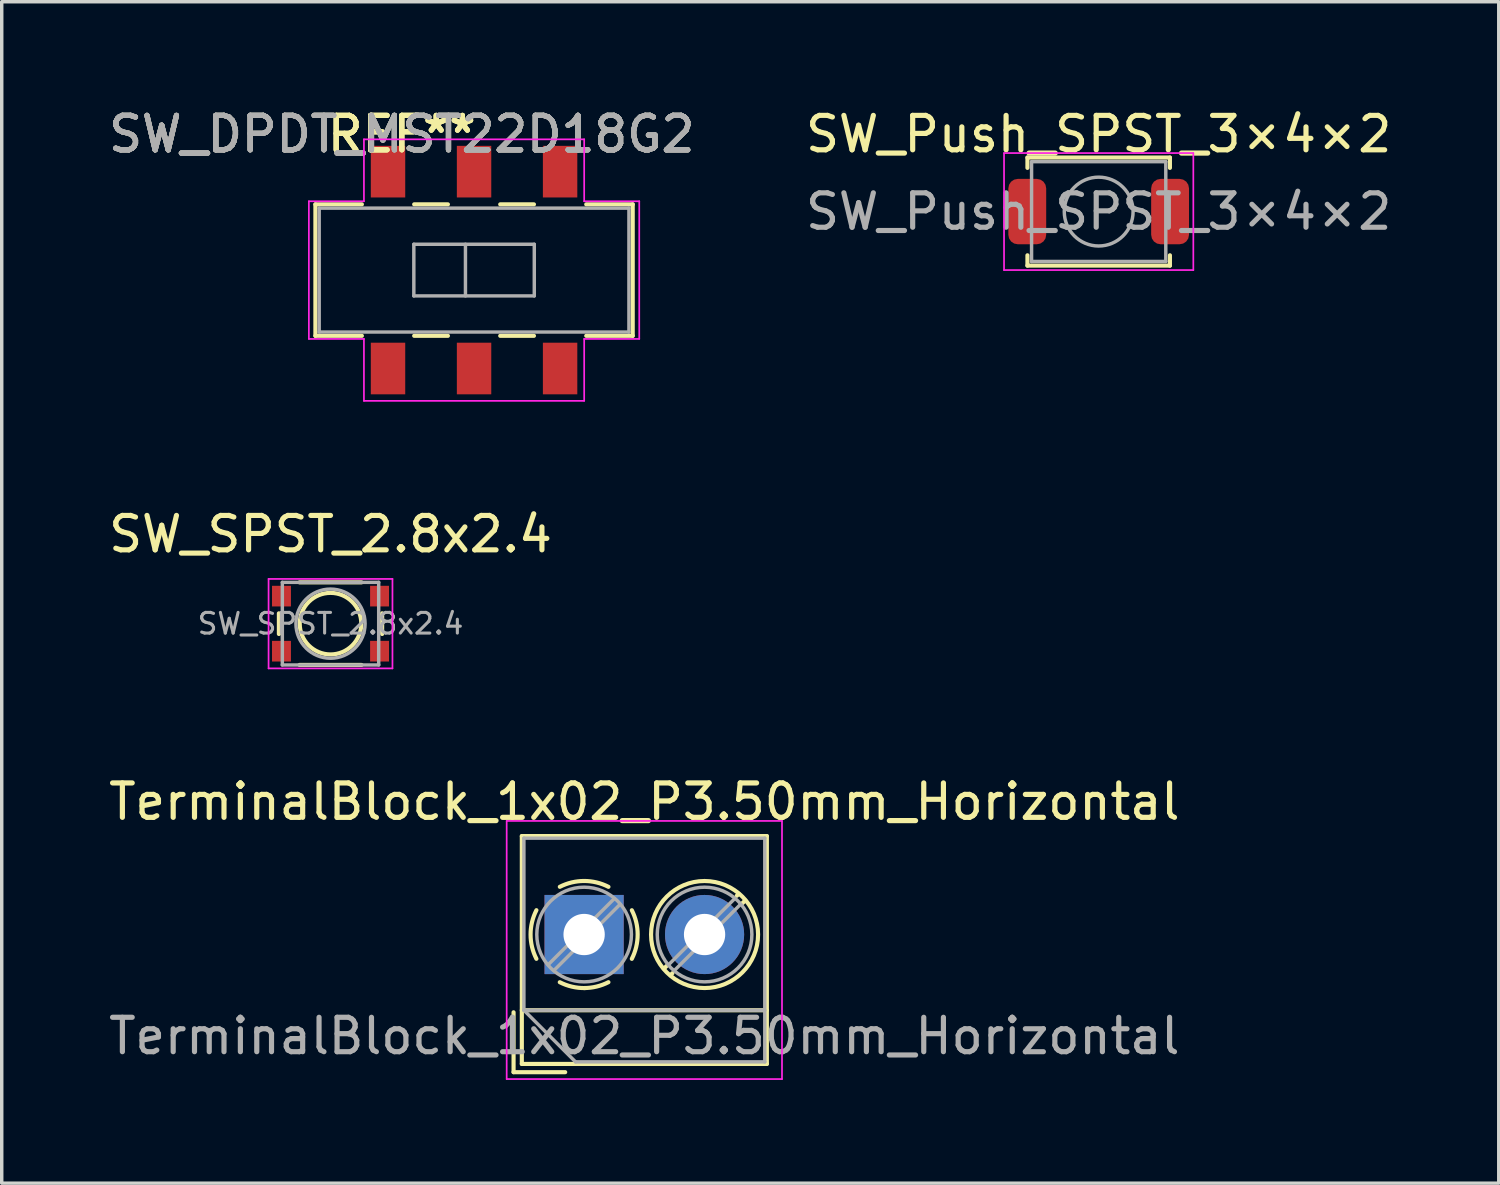
<source format=kicad_pcb>
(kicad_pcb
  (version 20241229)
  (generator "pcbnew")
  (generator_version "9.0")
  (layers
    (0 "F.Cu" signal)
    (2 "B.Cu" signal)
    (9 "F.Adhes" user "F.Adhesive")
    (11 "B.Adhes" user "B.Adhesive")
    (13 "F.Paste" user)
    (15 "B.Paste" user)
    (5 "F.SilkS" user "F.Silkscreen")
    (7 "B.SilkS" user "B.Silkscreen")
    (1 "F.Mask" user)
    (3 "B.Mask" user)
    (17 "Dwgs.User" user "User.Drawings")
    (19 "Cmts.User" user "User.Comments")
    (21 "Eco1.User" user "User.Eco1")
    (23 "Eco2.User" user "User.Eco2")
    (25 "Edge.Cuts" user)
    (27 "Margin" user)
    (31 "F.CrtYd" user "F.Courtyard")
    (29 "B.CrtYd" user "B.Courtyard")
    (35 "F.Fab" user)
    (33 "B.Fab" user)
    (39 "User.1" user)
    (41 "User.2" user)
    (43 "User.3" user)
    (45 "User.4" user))
  (footprint "SW_Push_SPST_3×4×2"
    (layer "F.Cu")
    (at 28.875 3.098)
    (property "Reference" "SW_Push_SPST_3×4×2" (at 0 -2.25 0) (layer "F.SilkS") (effects (font (size 1 1) (thickness 0.15))))
    (attr smd)
    (fp_line (start -2.07 -1.57) (end 2.07 -1.57) (stroke (width 0.12) (type solid)) (layer "F.SilkS"))
    (fp_line (start -2.07 -1.27) (end -2.07 -1.57) (stroke (width 0.12) (type solid)) (layer "F.SilkS"))
    (fp_line (start -2.07 1.57) (end -2.07 1.27) (stroke (width 0.12) (type solid)) (layer "F.SilkS"))
    (fp_line (start 2.07 -1.57) (end 2.07 -1.27) (stroke (width 0.12) (type solid)) (layer "F.SilkS"))
    (fp_line (start 2.07 1.27) (end 2.07 1.57) (stroke (width 0.12) (type solid)) (layer "F.SilkS"))
    (fp_line (start 2.07 1.57) (end -2.07 1.57) (stroke (width 0.12) (type solid)) (layer "F.SilkS"))
    (fp_line (start -2.75 -1.7) (end 2.75 -1.7) (stroke (width 0.05) (type solid)) (layer "F.CrtYd"))
    (fp_line (start -2.75 1.7) (end -2.75 -1.7) (stroke (width 0.05) (type solid)) (layer "F.CrtYd"))
    (fp_line (start 2.75 -1.7) (end 2.75 1.7) (stroke (width 0.05) (type solid)) (layer "F.CrtYd"))
    (fp_line (start 2.75 1.7) (end -2.75 1.7) (stroke (width 0.05) (type solid)) (layer "F.CrtYd"))
    (fp_line (start -1.95 -1.45) (end 1.95 -1.45) (stroke (width 0.1) (type solid)) (layer "F.Fab"))
    (fp_line (start -1.95 1.45) (end -1.95 -1.45) (stroke (width 0.1) (type solid)) (layer "F.Fab"))
    (fp_line (start 1.95 -1.45) (end 1.95 1.45) (stroke (width 0.1) (type solid)) (layer "F.Fab"))
    (fp_line (start 1.95 1.45) (end -1.95 1.45) (stroke (width 0.1) (type solid)) (layer "F.Fab"))
    (fp_circle (center 0 0) (end 1 0) (stroke (width 0.1) (type solid)) (fill no) (layer "F.Fab"))
    (fp_text user "${REFERENCE}" (at 0 0 0) (layer "F.Fab") (effects (font (size 1 1) (thickness 0.15))))
    (pad "1" smd roundrect (at -2.075 0) (size 1.1 1.9) (layers "F.Cu" "F.Mask" "F.Paste") (roundrect_rratio 0.25))
    (pad "2" smd roundrect (at 2.075 0) (size 1.1 1.9) (layers "F.Cu" "F.Mask" "F.Paste") (roundrect_rratio 0.25)))
  (footprint "SW_SPST_2.8x2.4"
    (layer "F.Cu")
    (at 6.554 15.072)
    (property "Reference" "SW_SPST_2.8x2.4" (at 0 -2.6 0) (layer "F.SilkS") (effects (font (size 1 1) (thickness 0.15))))
    (attr smd)
    (fp_line (start -1.5 -0.3) (end -1.5 0.3) (stroke (width 0.12) (type solid)) (layer "F.SilkS"))
    (fp_line (start -0.9 -1.2) (end 0.9 -1.2) (stroke (width 0.12) (type solid)) (layer "F.SilkS"))
    (fp_line (start -0.9 1.2) (end 0.9 1.2) (stroke (width 0.12) (type solid)) (layer "F.SilkS"))
    (fp_line (start 1.5 -0.3) (end 1.5 0.3) (stroke (width 0.12) (type solid)) (layer "F.SilkS"))
    (fp_circle (center 0 0) (end 0.8 -0.4) (stroke (width 0.12) (type solid)) (fill no) (layer "F.SilkS"))
    (fp_line (start -1.8 -1.3) (end -1.8 1.3) (stroke (width 0.05) (type solid)) (layer "F.CrtYd"))
    (fp_line (start -1.8 -1.3) (end 1.8 -1.3) (stroke (width 0.05) (type solid)) (layer "F.CrtYd"))
    (fp_line (start -1.8 1.3) (end 1.8 1.3) (stroke (width 0.05) (type solid)) (layer "F.CrtYd"))
    (fp_line (start 1.8 -1.3) (end 1.8 1.3) (stroke (width 0.05) (type solid)) (layer "F.CrtYd"))
    (fp_line (start -1.4 1.2) (end -1.4 -1.2) (stroke (width 0.1) (type solid)) (layer "F.Fab"))
    (fp_line (start 1.4 -1.2) (end -1.4 -1.2) (stroke (width 0.1) (type solid)) (layer "F.Fab"))
    (fp_line (start 1.4 1.2) (end -1.4 1.2) (stroke (width 0.1) (type solid)) (layer "F.Fab"))
    (fp_line (start 1.4 1.2) (end 1.4 -1.2) (stroke (width 0.1) (type solid)) (layer "F.Fab"))
    (fp_circle (center 0 0) (end 1.005 0) (stroke (width 0.1) (type solid)) (fill no) (layer "F.Fab"))
    (fp_text user "${REFERENCE}" (at 0 0 0) (layer "F.Fab") (effects (font (size 0.6 0.6) (thickness 0.09))))
    (pad "1" smd rect (at -1.425 -0.8) (size 0.55 0.6) (layers "F.Cu" "F.Mask" "F.Paste"))
    (pad "1" smd rect (at 1.425 -0.8) (size 0.55 0.6) (layers "F.Cu" "F.Mask" "F.Paste"))
    (pad "2" smd rect (at -1.425 0.8) (size 0.55 0.6) (layers "F.Cu" "F.Mask" "F.Paste"))
    (pad "2" smd rect (at 1.425 0.8) (size 0.55 0.6) (layers "F.Cu" "F.Mask" "F.Paste")))
  (footprint "SW_DPDT_MST22D18G2"
    (layer "F.Cu")
    (at 10.725 4.798)
    (property "Reference" "SW_DPDT_MST22D18G2" (at -2.1 -3.95 0) (layer "F.SilkS") (effects (font (size 1 1) (thickness 0.15))))
    (attr smd)
    (fp_line (start -4.61 -1.91) (end -4.61 1.91) (stroke (width 0.12) (type solid)) (layer "F.SilkS"))
    (fp_line (start -4.61 1.91) (end -3.26 1.91) (stroke (width 0.12) (type solid)) (layer "F.SilkS"))
    (fp_line (start -3.26 -1.91) (end -4.61 -1.91) (stroke (width 0.12) (type solid)) (layer "F.SilkS"))
    (fp_line (start -0.76 -1.91) (end -1.74 -1.91) (stroke (width 0.12) (type solid)) (layer "F.SilkS"))
    (fp_line (start -0.76 1.91) (end -1.74 1.91) (stroke (width 0.12) (type solid)) (layer "F.SilkS"))
    (fp_line (start 1.74 -1.91) (end 0.76 -1.91) (stroke (width 0.12) (type solid)) (layer "F.SilkS"))
    (fp_line (start 1.74 1.91) (end 0.76 1.91) (stroke (width 0.12) (type solid)) (layer "F.SilkS"))
    (fp_line (start 4.61 -1.91) (end 3.26 -1.91) (stroke (width 0.12) (type solid)) (layer "F.SilkS"))
    (fp_line (start 4.61 -1.91) (end 4.61 1.91) (stroke (width 0.12) (type solid)) (layer "F.SilkS"))
    (fp_line (start 4.61 1.91) (end 3.26 1.91) (stroke (width 0.12) (type solid)) (layer "F.SilkS"))
    (fp_line (start -4.8 -2) (end -3.2 -2) (stroke (width 0.05) (type solid)) (layer "F.CrtYd"))
    (fp_line (start -4.8 2) (end -4.8 -2) (stroke (width 0.05) (type solid)) (layer "F.CrtYd"))
    (fp_line (start -3.2 -3.8) (end 3.2 -3.8) (stroke (width 0.05) (type solid)) (layer "F.CrtYd"))
    (fp_line (start -3.2 -2) (end -3.2 -3.8) (stroke (width 0.05) (type solid)) (layer "F.CrtYd"))
    (fp_line (start -3.2 2) (end -4.8 2) (stroke (width 0.05) (type solid)) (layer "F.CrtYd"))
    (fp_line (start -3.2 3.8) (end -3.2 2) (stroke (width 0.05) (type solid)) (layer "F.CrtYd"))
    (fp_line (start 3.2 -3.8) (end 3.2 -2) (stroke (width 0.05) (type solid)) (layer "F.CrtYd"))
    (fp_line (start 3.2 -2) (end 4.8 -2) (stroke (width 0.05) (type solid)) (layer "F.CrtYd"))
    (fp_line (start 3.2 2) (end 3.2 3.8) (stroke (width 0.05) (type solid)) (layer "F.CrtYd"))
    (fp_line (start 3.2 3.8) (end -3.2 3.8) (stroke (width 0.05) (type solid)) (layer "F.CrtYd"))
    (fp_line (start 4.8 -2) (end 4.8 2) (stroke (width 0.05) (type solid)) (layer "F.CrtYd"))
    (fp_line (start 4.8 2) (end 3.2 2) (stroke (width 0.05) (type solid)) (layer "F.CrtYd"))
    (fp_line (start -4.5 -1.8) (end 4.5 -1.8) (stroke (width 0.1) (type solid)) (layer "F.Fab"))
    (fp_line (start -4.5 1.8) (end -4.5 -1.8) (stroke (width 0.1) (type solid)) (layer "F.Fab"))
    (fp_line (start -1.75 -0.75) (end -1.75 0.75) (stroke (width 0.1) (type solid)) (layer "F.Fab"))
    (fp_line (start -1.75 -0.75) (end 1.75 -0.75) (stroke (width 0.1) (type solid)) (layer "F.Fab"))
    (fp_line (start -0.25 -0.75) (end -0.25 0.75) (stroke (width 0.1) (type solid)) (layer "F.Fab"))
    (fp_line (start 1.75 -0.75) (end 1.75 0.75) (stroke (width 0.1) (type solid)) (layer "F.Fab"))
    (fp_line (start 1.75 0.75) (end -1.75 0.75) (stroke (width 0.1) (type solid)) (layer "F.Fab"))
    (fp_line (start 4.5 -1.8) (end 4.5 1.8) (stroke (width 0.1) (type solid)) (layer "F.Fab"))
    (fp_line (start 4.5 1.8) (end -4.5 1.8) (stroke (width 0.1) (type solid)) (layer "F.Fab"))
    (fp_text user "REF**" (at -2.1 -3.95 0) (layer "F.SilkS") (effects (font (size 1 1) (thickness 0.15))))
    (fp_text user "REF**" (at -2.1 -3.95 0) (layer "F.SilkS") (effects (font (size 1 1) (thickness 0.15))))
    (fp_text user "REF**" (at -2.1 -3.95 0) (layer "F.SilkS") (effects (font (size 1 1) (thickness 0.15))))
    (fp_text user "${REFERENCE}" (at -2.1 -3.95 0) (layer "F.Fab") (effects (font (size 1 1) (thickness 0.15))))
    (fp_text user "${REFERENCE}" (at -2.1 -3.95 0) (layer "F.Fab") (effects (font (size 1 1) (thickness 0.15))))
    (fp_text user "${REFERENCE}" (at -2.1 -3.95 0) (layer "F.Fab") (effects (font (size 1 1) (thickness 0.15))))
    (fp_text user "${REFERENCE}" (at -2.1 -3.95 0) (layer "F.Fab") (effects (font (size 1 1) (thickness 0.15))))
    (pad "1" smd rect (at -2.5 -2.86) (size 1 1.5) (layers "F.Cu" "F.Mask" "F.Paste"))
    (pad "2" smd rect (at 0 -2.86) (size 1 1.5) (layers "F.Cu" "F.Mask" "F.Paste"))
    (pad "3" smd rect (at 2.5 -2.86) (size 1 1.5) (layers "F.Cu" "F.Mask" "F.Paste"))
    (pad "4" smd rect (at -2.5 2.86) (size 1 1.5) (layers "F.Cu" "F.Mask" "F.Paste"))
    (pad "5" smd rect (at 0 2.86) (size 1 1.5) (layers "F.Cu" "F.Mask" "F.Paste"))
    (pad "6" smd rect (at 2.5 2.86) (size 1 1.5) (layers "F.Cu" "F.Mask" "F.Paste")))
  (footprint "TerminalBlock_1x02_P3.50mm_Horizontal"
    (layer "F.Cu")
    (at 13.923 24.105)
    (property "Reference" "TerminalBlock_1x02_P3.50mm_Horizontal" (at 1.75 -3.86 0) (layer "F.SilkS") (effects (font (size 1 1) (thickness 0.15))))
    (attr through_hole)
    (fp_line (start -2.05 2.26) (end -2.05 4) (stroke (width 0.12) (type solid)) (layer "F.SilkS"))
    (fp_line (start -2.05 4) (end -0.55 4) (stroke (width 0.12) (type solid)) (layer "F.SilkS"))
    (fp_line (start -1.81 -2.86) (end -1.81 3.76) (stroke (width 0.12) (type solid)) (layer "F.SilkS"))
    (fp_line (start -1.81 -2.86) (end 5.31 -2.86) (stroke (width 0.12) (type solid)) (layer "F.SilkS"))
    (fp_line (start -1.81 2.2) (end 5.31 2.2) (stroke (width 0.12) (type solid)) (layer "F.SilkS"))
    (fp_line (start -1.81 3.76) (end 5.31 3.76) (stroke (width 0.12) (type solid)) (layer "F.SilkS"))
    (fp_line (start 2.397 0.914) (end 2.321 0.99) (stroke (width 0.12) (type solid)) (layer "F.SilkS"))
    (fp_line (start 2.565 1.125) (end 2.511 1.18) (stroke (width 0.12) (type solid)) (layer "F.SilkS"))
    (fp_line (start 4.49 -1.18) (end 4.436 -1.126) (stroke (width 0.12) (type solid)) (layer "F.SilkS"))
    (fp_line (start 4.68 -0.99) (end 4.604 -0.914) (stroke (width 0.12) (type solid)) (layer "F.SilkS"))
    (fp_line (start 5.31 -2.86) (end 5.31 3.76) (stroke (width 0.12) (type solid)) (layer "F.SilkS"))
    (fp_arc (start -1.386645 0.705733) (mid -1.555906 -0.000711) (end -1.386 -0.707) (stroke (width 0.12) (type solid)) (layer "F.SilkS"))
    (fp_arc (start -0.705733 -1.386645) (mid 0.000711 -1.555906) (end 0.707 -1.386) (stroke (width 0.12) (type solid)) (layer "F.SilkS"))
    (fp_arc (start 0.026444 1.555682) (mid -0.350695 1.515869) (end -0.707 1.386) (stroke (width 0.12) (type solid)) (layer "F.SilkS"))
    (fp_arc (start 0.705955 1.385515) (mid 0.363007 1.512035) (end 0 1.555) (stroke (width 0.12) (type solid)) (layer "F.SilkS"))
    (fp_arc (start 1.386645 -0.705733) (mid 1.555906 0.000711) (end 1.386 0.707) (stroke (width 0.12) (type solid)) (layer "F.SilkS"))
    (fp_circle (center 3.5 0) (end 5.055 0) (stroke (width 0.12) (type solid)) (fill no) (layer "F.SilkS"))
    (fp_line (start -2.25 -3.3) (end -2.25 4.2) (stroke (width 0.05) (type solid)) (layer "F.CrtYd"))
    (fp_line (start -2.25 4.2) (end 5.75 4.2) (stroke (width 0.05) (type solid)) (layer "F.CrtYd"))
    (fp_line (start 5.75 -3.3) (end -2.25 -3.3) (stroke (width 0.05) (type solid)) (layer "F.CrtYd"))
    (fp_line (start 5.75 4.2) (end 5.75 -3.3) (stroke (width 0.05) (type solid)) (layer "F.CrtYd"))
    (fp_line (start -1.75 -2.8) (end 5.25 -2.8) (stroke (width 0.1) (type solid)) (layer "F.Fab"))
    (fp_line (start -1.75 2.2) (end -1.75 -2.8) (stroke (width 0.1) (type solid)) (layer "F.Fab"))
    (fp_line (start -1.75 2.2) (end 5.25 2.2) (stroke (width 0.1) (type solid)) (layer "F.Fab"))
    (fp_line (start -0.25 3.7) (end -1.75 2.2) (stroke (width 0.1) (type solid)) (layer "F.Fab"))
    (fp_line (start 0.876 -1.043) (end -1.043 0.875) (stroke (width 0.1) (type solid)) (layer "F.Fab"))
    (fp_line (start 1.043 -0.875) (end -0.876 1.043) (stroke (width 0.1) (type solid)) (layer "F.Fab"))
    (fp_line (start 4.376 -1.043) (end 2.458 0.875) (stroke (width 0.1) (type solid)) (layer "F.Fab"))
    (fp_line (start 4.543 -0.875) (end 2.625 1.043) (stroke (width 0.1) (type solid)) (layer "F.Fab"))
    (fp_line (start 5.25 -2.8) (end 5.25 3.7) (stroke (width 0.1) (type solid)) (layer "F.Fab"))
    (fp_line (start 5.25 3.7) (end -0.25 3.7) (stroke (width 0.1) (type solid)) (layer "F.Fab"))
    (fp_circle (center 0 0) (end 1.375 0) (stroke (width 0.1) (type solid)) (fill no) (layer "F.Fab"))
    (fp_circle (center 3.5 0) (end 4.875 0) (stroke (width 0.1) (type solid)) (fill no) (layer "F.Fab"))
    (fp_text user "${REFERENCE}" (at 1.75 2.95 0) (layer "F.Fab") (effects (font (size 1 1) (thickness 0.15))))
    (pad "1" thru_hole rect (at 0 0) (size 2.3 2.3) (drill 1.2) (layers "*.Cu" "*.Mask"))
    (pad "2" thru_hole circle (at 3.5 0) (size 2.3 2.3) (drill 1.2) (layers "*.Cu" "*.Mask")))
  (gr_rect
    (start -3 -3)
    (end 40.5 31.33)
    (stroke (width 0.1) (type default))
    (fill no)
    (layer "Edge.Cuts")))
</source>
